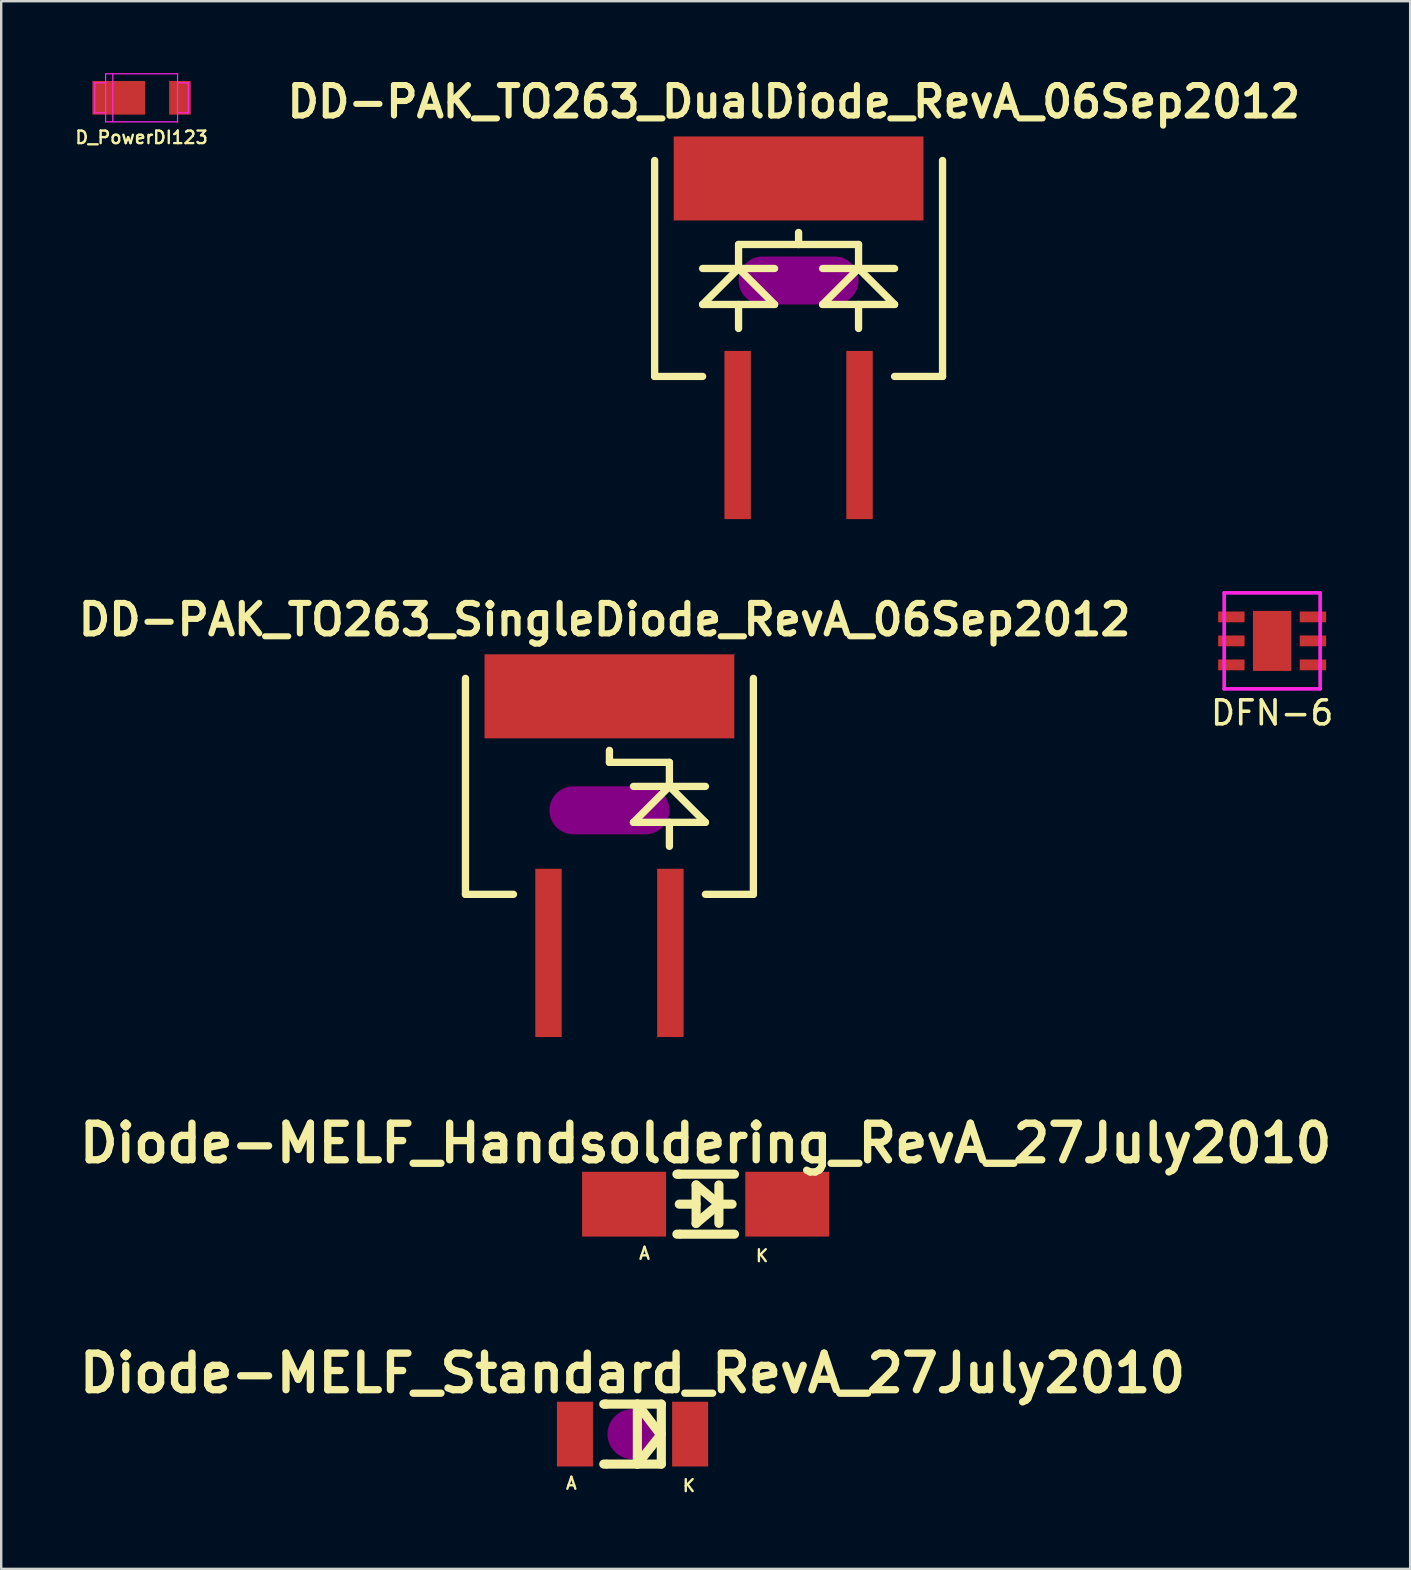
<source format=kicad_pcb>
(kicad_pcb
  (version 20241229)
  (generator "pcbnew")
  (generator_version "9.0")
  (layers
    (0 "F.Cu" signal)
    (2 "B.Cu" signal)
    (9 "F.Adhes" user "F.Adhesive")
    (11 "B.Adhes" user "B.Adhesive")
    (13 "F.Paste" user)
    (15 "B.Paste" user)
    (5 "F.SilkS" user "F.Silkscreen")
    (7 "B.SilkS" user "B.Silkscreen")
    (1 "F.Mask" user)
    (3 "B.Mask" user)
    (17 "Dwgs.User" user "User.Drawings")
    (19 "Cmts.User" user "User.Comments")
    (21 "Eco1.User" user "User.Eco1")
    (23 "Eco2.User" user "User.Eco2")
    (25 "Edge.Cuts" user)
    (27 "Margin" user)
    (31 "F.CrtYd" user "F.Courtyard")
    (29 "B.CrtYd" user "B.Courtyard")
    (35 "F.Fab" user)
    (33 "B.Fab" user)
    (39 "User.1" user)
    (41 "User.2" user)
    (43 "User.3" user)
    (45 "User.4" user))
  (footprint "DD-PAK_TO263_DualDiode_RevA_06Sep2012"
    (layer "F.Cu")
    (at 30.23 10.638)
    (property "Reference" "DD-PAK_TO263_DualDiode_RevA_06Sep2012" (at -0.201 -9.449 0) (layer "F.SilkS") (effects (font (size 1.27 1.27) (thickness 0.254))))
    (attr smd)
    (fp_line (start -5.999 -7) (end -5.999 1.999) (stroke (width 0.305) (type solid)) (layer "F.SilkS"))
    (fp_line (start -5.999 1.999) (end -4 1.999) (stroke (width 0.305) (type solid)) (layer "F.SilkS"))
    (fp_line (start -4 -2.499) (end -1.001 -2.499) (stroke (width 0.305) (type solid)) (layer "F.SilkS"))
    (fp_line (start -4 -1.001) (end -1.001 -1.001) (stroke (width 0.305) (type solid)) (layer "F.SilkS"))
    (fp_line (start -2.502 -2.499) (end -4 -1.001) (stroke (width 0.305) (type solid)) (layer "F.SilkS"))
    (fp_line (start -2.502 -2.499) (end -2.502 -3.5) (stroke (width 0.305) (type solid)) (layer "F.SilkS"))
    (fp_line (start -2.502 -1.001) (end -2.502 0) (stroke (width 0.305) (type solid)) (layer "F.SilkS"))
    (fp_line (start -2.499 -3.5) (end 0 -3.5) (stroke (width 0.305) (type solid)) (layer "F.SilkS"))
    (fp_line (start -1.001 -1.001) (end -2.502 -2.499) (stroke (width 0.305) (type solid)) (layer "F.SilkS"))
    (fp_line (start 0 -3.5) (end 0 -4) (stroke (width 0.305) (type solid)) (layer "F.SilkS"))
    (fp_line (start 1.001 -2.499) (end 4 -2.499) (stroke (width 0.305) (type solid)) (layer "F.SilkS"))
    (fp_line (start 1.001 -1.001) (end 4 -1.001) (stroke (width 0.305) (type solid)) (layer "F.SilkS"))
    (fp_line (start 2.499 -3.5) (end 0 -3.5) (stroke (width 0.305) (type solid)) (layer "F.SilkS"))
    (fp_line (start 2.499 -2.499) (end 1.001 -1.001) (stroke (width 0.305) (type solid)) (layer "F.SilkS"))
    (fp_line (start 2.499 -2.499) (end 2.499 -3.5) (stroke (width 0.305) (type solid)) (layer "F.SilkS"))
    (fp_line (start 2.499 -1.001) (end 2.499 0) (stroke (width 0.305) (type solid)) (layer "F.SilkS"))
    (fp_line (start 4 -1.001) (end 2.499 -2.499) (stroke (width 0.305) (type solid)) (layer "F.SilkS"))
    (fp_line (start 4 1.999) (end 5.999 1.999) (stroke (width 0.305) (type solid)) (layer "F.SilkS"))
    (fp_line (start 5.999 1.999) (end 5.999 -7) (stroke (width 0.305) (type solid)) (layer "F.SilkS"))
    (pad "" smd oval (at 0 -1.999) (size 5.001 1.999) (layers "F.Adhes"))
    (pad "1" smd rect (at -2.54 4.44) (size 1.1 7.01) (layers "F.Cu" "F.Mask" "F.Paste"))
    (pad "2" smd rect (at 0 -6.251) (size 10.409 3.5) (layers "F.Cu" "F.Mask" "F.Paste"))
    (pad "3" smd rect (at 2.54 4.44) (size 1.1 7.01) (layers "F.Cu" "F.Mask" "F.Paste")))
  (footprint "DFN-6"
    (layer "F.Cu")
    (at 49.965 23.658)
    (property "Reference" "DFN-6" (at 0 3 0) (layer "F.SilkS") (effects (font (size 1 1) (thickness 0.15))))
    (attr through_hole)
    (fp_line (start -2 -2) (end -2 2) (stroke (width 0.15) (type solid)) (layer "F.CrtYd"))
    (fp_line (start -2 2) (end 2 2) (stroke (width 0.15) (type solid)) (layer "F.CrtYd"))
    (fp_line (start 2 -2) (end -2 -2) (stroke (width 0.15) (type solid)) (layer "F.CrtYd"))
    (fp_line (start 2 2) (end 2 -2) (stroke (width 0.15) (type solid)) (layer "F.CrtYd"))
    (pad "" smd rect (at 0 0) (size 1.6 2.5) (layers "F.Cu" "F.Mask" "F.Paste"))
    (pad "1" smd rect (at -1.45 -1) (size 1.1 0.45) (drill (offset -0.25 0)) (layers "F.Cu" "F.Mask" "F.Paste"))
    (pad "2" smd rect (at -1.45 0) (size 1.1 0.45) (drill (offset -0.25 0)) (layers "F.Cu" "F.Mask" "F.Paste"))
    (pad "3" smd rect (at -1.45 1) (size 1.1 0.45) (drill (offset -0.25 0)) (layers "F.Cu" "F.Mask" "F.Paste"))
    (pad "4" smd rect (at 1.45 1) (size 1.1 0.45) (drill (offset 0.25 0)) (layers "F.Cu" "F.Mask" "F.Paste"))
    (pad "5" smd rect (at 1.45 0) (size 1.1 0.45) (drill (offset 0.25 0)) (layers "F.Cu" "F.Mask" "F.Paste"))
    (pad "6" smd rect (at 1.45 -1) (size 1.1 0.45) (drill (offset 0.25 0)) (layers "F.Cu" "F.Mask" "F.Paste")))
  (footprint "Diode-MELF_Standard_RevA_27July2010"
    (layer "F.Cu")
    (at 23.31 56.714)
    (property "Reference" "Diode-MELF_Standard_RevA_27July2010" (at 0 -2.54 0) (layer "F.SilkS") (effects (font (size 1.524 1.524) (thickness 0.305))))
    (attr smd)
    (fp_line (start -1.1 -1.25) (end -1.199 -1.25) (stroke (width 0.381) (type solid)) (layer "F.SilkS"))
    (fp_line (start -1.1 1.25) (end -1.199 1.25) (stroke (width 0.381) (type solid)) (layer "F.SilkS"))
    (fp_line (start 0.201 -1.25) (end 0.201 1.25) (stroke (width 0.381) (type solid)) (layer "F.SilkS"))
    (fp_line (start 0.201 1.25) (end 1.199 0) (stroke (width 0.381) (type solid)) (layer "F.SilkS"))
    (fp_line (start 1.151 0) (end 0.201 -1.25) (stroke (width 0.381) (type solid)) (layer "F.SilkS"))
    (fp_line (start 1.199 -1.25) (end -1.151 -1.25) (stroke (width 0.381) (type solid)) (layer "F.SilkS"))
    (fp_line (start 1.199 -1.25) (end 1.199 1.25) (stroke (width 0.381) (type solid)) (layer "F.SilkS"))
    (fp_line (start 1.199 1.25) (end -1.049 1.25) (stroke (width 0.381) (type solid)) (layer "F.SilkS"))
    (fp_circle (center 0 0) (end 0 0.201) (stroke (width 0.381) (type solid)) (fill no) (layer "F.Adhes"))
    (fp_circle (center 0 0) (end 0 0.551) (stroke (width 0.381) (type solid)) (fill no) (layer "F.Adhes"))
    (fp_circle (center 0 0) (end 0.8 0.3) (stroke (width 0.381) (type solid)) (fill no) (layer "F.Adhes"))
    (fp_text user "K" (at 2.349 2.149 0) (layer "F.SilkS") (effects (font (size 0.5 0.5) (thickness 0.099))))
    (fp_text user "A" (at -2.55 2.05 0) (layer "F.SilkS") (effects (font (size 0.5 0.5) (thickness 0.099))))
    (pad "1" smd rect (at -2.4 0) (size 1.501 2.7) (layers "F.Cu" "F.Mask" "F.Paste"))
    (pad "2" smd rect (at 2.4 0) (size 1.501 2.7) (layers "F.Cu" "F.Mask" "F.Paste")))
  (footprint "D_PowerDI123"
    (layer "F.Cu")
    (at 2.85 1.026)
    (property "Reference" "D_PowerDI123" (at 0 1.651 0) (layer "F.SilkS") (effects (font (size 0.523 0.523) (thickness 0.099))))
    (attr through_hole)
    (fp_line (start -1.951 -0.625) (end -1.951 0.625) (stroke (width 0.051) (type solid)) (layer "F.CrtYd"))
    (fp_line (start -1.951 0.625) (end -1.504 0.625) (stroke (width 0.051) (type solid)) (layer "F.CrtYd"))
    (fp_line (start -1.499 -1.001) (end 1.499 -1.001) (stroke (width 0.051) (type solid)) (layer "F.CrtYd"))
    (fp_line (start -1.499 -0.625) (end -1.951 -0.625) (stroke (width 0.051) (type solid)) (layer "F.CrtYd"))
    (fp_line (start -1.499 1.001) (end -1.499 -1.001) (stroke (width 0.051) (type solid)) (layer "F.CrtYd"))
    (fp_line (start -1.199 -0.986) (end -1.199 0.986) (stroke (width 0.051) (type solid)) (layer "F.CrtYd"))
    (fp_line (start 1.499 -1.001) (end 1.499 1.001) (stroke (width 0.051) (type solid)) (layer "F.CrtYd"))
    (fp_line (start 1.499 -0.625) (end 1.951 -0.625) (stroke (width 0.051) (type solid)) (layer "F.CrtYd"))
    (fp_line (start 1.499 1.001) (end -1.499 1.001) (stroke (width 0.051) (type solid)) (layer "F.CrtYd"))
    (fp_line (start 1.951 -0.625) (end 1.951 0.625) (stroke (width 0.051) (type solid)) (layer "F.CrtYd"))
    (fp_line (start 1.951 0.625) (end 1.504 0.625) (stroke (width 0.051) (type solid)) (layer "F.CrtYd"))
    (pad "1" smd rect (at 1.6 0) (size 0.899 1.4) (layers "F.Cu" "F.Mask" "F.Paste"))
    (pad "2" smd rect (at -0.95 0) (size 2.2 1.4) (layers "F.Cu" "F.Mask" "F.Paste")))
  (footprint "Diode-MELF_Handsoldering_RevA_27July2010"
    (layer "F.Cu")
    (at 26.358 47.132)
    (property "Reference" "Diode-MELF_Handsoldering_RevA_27July2010" (at 0 -2.54 0) (layer "F.SilkS") (effects (font (size 1.524 1.524) (thickness 0.305))))
    (attr smd)
    (fp_line (start -1.1 -1.25) (end -1.199 -1.25) (stroke (width 0.381) (type solid)) (layer "F.SilkS"))
    (fp_line (start -1.1 1.25) (end -1.199 1.25) (stroke (width 0.381) (type solid)) (layer "F.SilkS"))
    (fp_line (start -0.399 -0.8) (end -0.399 0.8) (stroke (width 0.381) (type solid)) (layer "F.SilkS"))
    (fp_line (start -0.399 0) (end -1.1 0) (stroke (width 0.381) (type solid)) (layer "F.SilkS"))
    (fp_line (start -0.399 0.8) (end 0.551 0) (stroke (width 0.381) (type solid)) (layer "F.SilkS"))
    (fp_line (start 0.551 0) (end -0.399 -0.8) (stroke (width 0.381) (type solid)) (layer "F.SilkS"))
    (fp_line (start 0.551 0) (end 0.551 -0.8) (stroke (width 0.381) (type solid)) (layer "F.SilkS"))
    (fp_line (start 0.551 0) (end 0.551 0.8) (stroke (width 0.381) (type solid)) (layer "F.SilkS"))
    (fp_line (start 0.551 0) (end 1.1 0) (stroke (width 0.381) (type solid)) (layer "F.SilkS"))
    (fp_line (start 1.199 -1.25) (end -1.151 -1.25) (stroke (width 0.381) (type solid)) (layer "F.SilkS"))
    (fp_line (start 1.199 1.25) (end -1.049 1.25) (stroke (width 0.381) (type solid)) (layer "F.SilkS"))
    (fp_text user "K" (at 2.349 2.149 0) (layer "F.SilkS") (effects (font (size 0.5 0.5) (thickness 0.099))))
    (fp_text user "A" (at -2.55 2.05 0) (layer "F.SilkS") (effects (font (size 0.5 0.5) (thickness 0.099))))
    (pad "1" smd rect (at -3.401 0) (size 3.5 2.7) (layers "F.Cu" "F.Mask" "F.Paste"))
    (pad "2" smd rect (at 3.401 0) (size 3.5 2.7) (layers "F.Cu" "F.Mask" "F.Paste")))
  (footprint "DD-PAK_TO263_SingleDiode_RevA_06Sep2012"
    (layer "F.Cu")
    (at 22.347 32.22)
    (property "Reference" "DD-PAK_TO263_SingleDiode_RevA_06Sep2012" (at -0.201 -9.449 0) (layer "F.SilkS") (effects (font (size 1.27 1.27) (thickness 0.254))))
    (attr smd)
    (fp_line (start -5.999 -7) (end -5.999 1.999) (stroke (width 0.305) (type solid)) (layer "F.SilkS"))
    (fp_line (start -5.999 1.999) (end -4 1.999) (stroke (width 0.305) (type solid)) (layer "F.SilkS"))
    (fp_line (start 0 -3.5) (end 0 -4) (stroke (width 0.305) (type solid)) (layer "F.SilkS"))
    (fp_line (start 1.001 -2.499) (end 4 -2.499) (stroke (width 0.305) (type solid)) (layer "F.SilkS"))
    (fp_line (start 1.001 -1.001) (end 4 -1.001) (stroke (width 0.305) (type solid)) (layer "F.SilkS"))
    (fp_line (start 2.499 -3.5) (end 0 -3.5) (stroke (width 0.305) (type solid)) (layer "F.SilkS"))
    (fp_line (start 2.499 -2.499) (end 1.001 -1.001) (stroke (width 0.305) (type solid)) (layer "F.SilkS"))
    (fp_line (start 2.499 -2.499) (end 2.499 -3.5) (stroke (width 0.305) (type solid)) (layer "F.SilkS"))
    (fp_line (start 2.499 -1.001) (end 2.499 0) (stroke (width 0.305) (type solid)) (layer "F.SilkS"))
    (fp_line (start 4 -1.001) (end 2.499 -2.499) (stroke (width 0.305) (type solid)) (layer "F.SilkS"))
    (fp_line (start 4 1.999) (end 5.999 1.999) (stroke (width 0.305) (type solid)) (layer "F.SilkS"))
    (fp_line (start 5.999 1.999) (end 5.999 -7) (stroke (width 0.305) (type solid)) (layer "F.SilkS"))
    (pad "" smd oval (at 0 -1.501) (size 5.001 1.999) (layers "F.Adhes"))
    (pad "1" smd rect (at -2.54 4.44) (size 1.1 7.01) (layers "F.Cu" "F.Mask" "F.Paste"))
    (pad "2" smd rect (at 0 -6.251) (size 10.409 3.5) (layers "F.Cu" "F.Mask" "F.Paste"))
    (pad "3" smd rect (at 2.54 4.44) (size 1.1 7.01) (layers "F.Cu" "F.Mask" "F.Paste")))
  (gr_rect
    (start -3 -3)
    (end 55.716 62.329)
    (stroke (width 0.1) (type default))
    (fill no)
    (layer "Edge.Cuts")))
</source>
